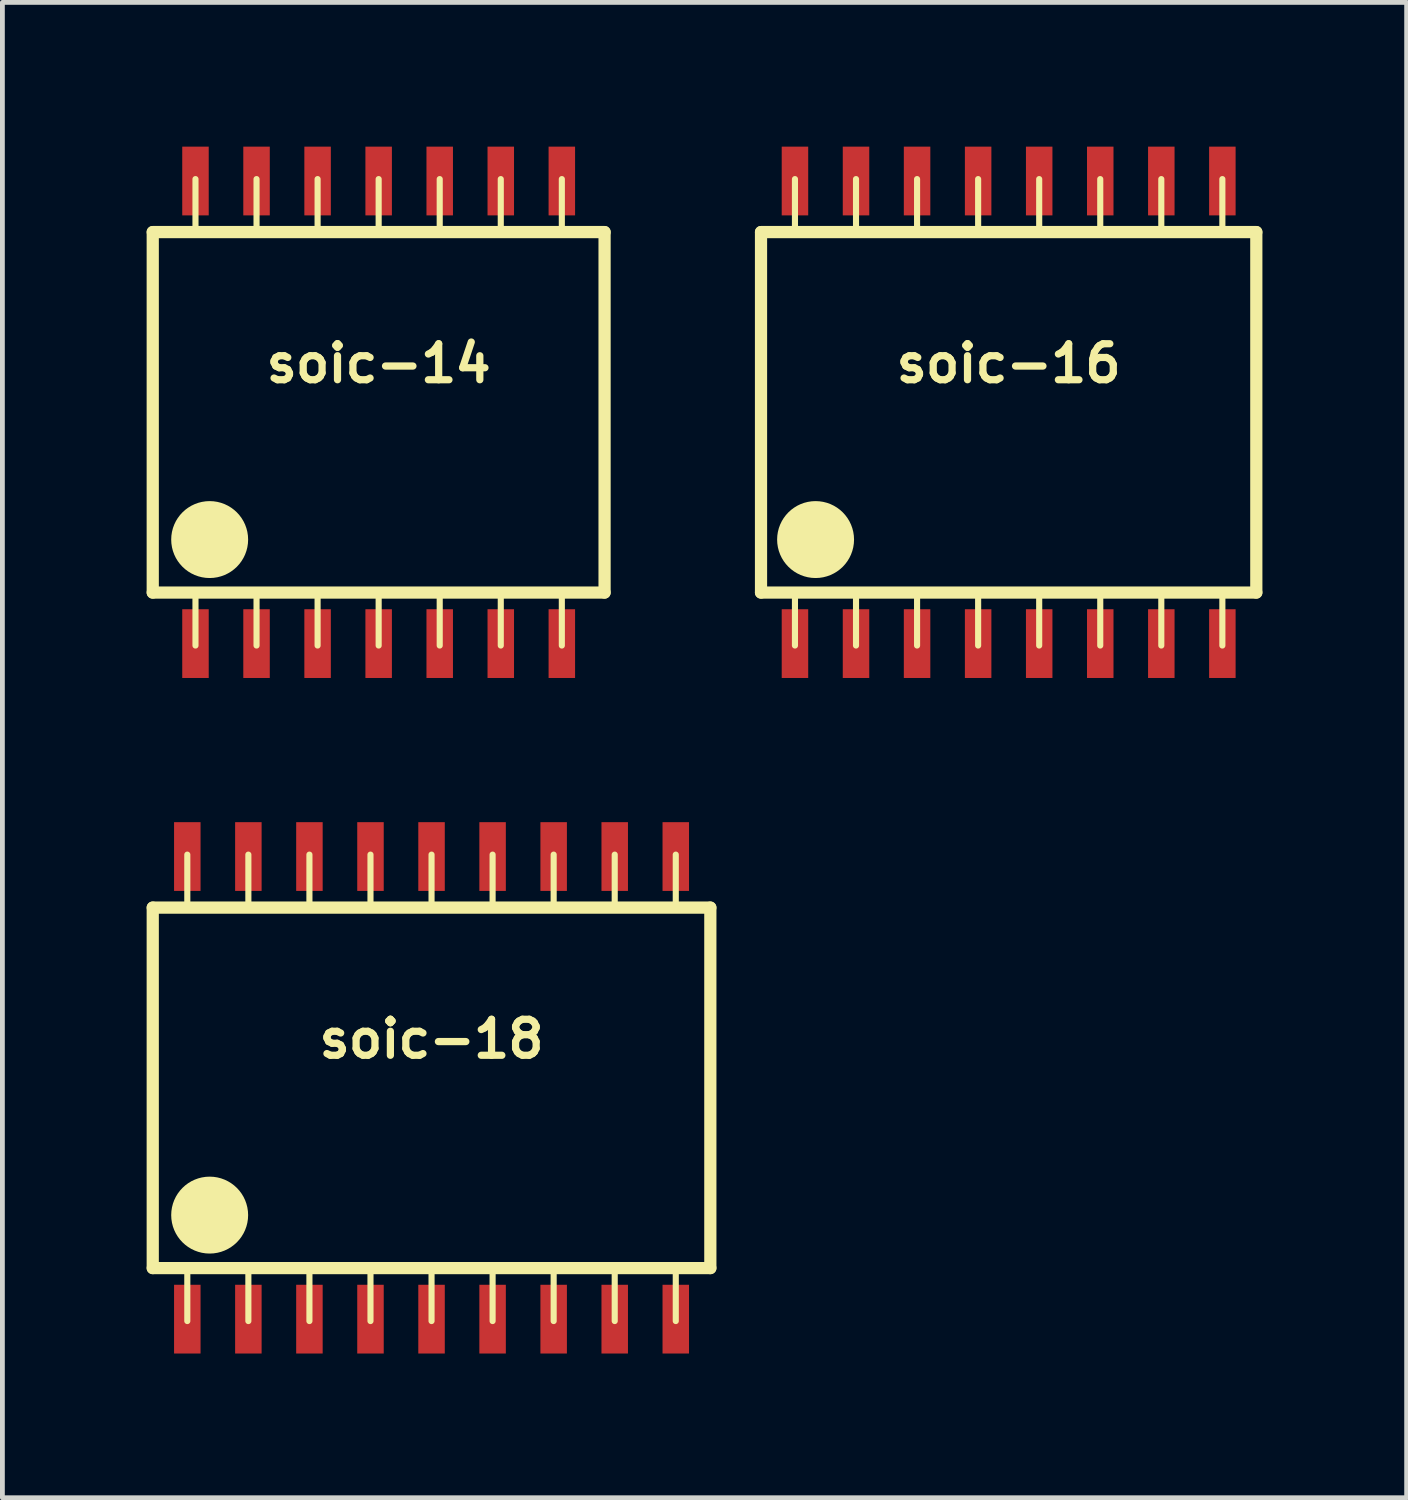
<source format=kicad_pcb>
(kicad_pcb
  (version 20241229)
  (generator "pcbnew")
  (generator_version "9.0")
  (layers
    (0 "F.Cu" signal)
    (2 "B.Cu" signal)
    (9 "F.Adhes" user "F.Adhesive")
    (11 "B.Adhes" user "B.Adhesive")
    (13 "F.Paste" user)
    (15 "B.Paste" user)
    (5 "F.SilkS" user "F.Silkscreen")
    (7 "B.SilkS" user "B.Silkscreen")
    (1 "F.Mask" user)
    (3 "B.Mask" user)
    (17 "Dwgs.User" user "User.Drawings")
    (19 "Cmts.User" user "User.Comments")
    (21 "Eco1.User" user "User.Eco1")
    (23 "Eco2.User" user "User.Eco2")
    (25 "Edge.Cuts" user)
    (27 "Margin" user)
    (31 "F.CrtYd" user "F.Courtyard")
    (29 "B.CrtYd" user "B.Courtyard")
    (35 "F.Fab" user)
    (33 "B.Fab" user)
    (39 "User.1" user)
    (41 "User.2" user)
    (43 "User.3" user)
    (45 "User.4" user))
  (footprint "soic-18"
    (layer "F.Cu")
    (at 5.926 19.577)
    (property "Reference" "soic-18" (at 0 -1.016 0) (layer "F.SilkS") (effects (font (size 0.749 0.749) (thickness 0.15))))
    (attr smd)
    (fp_line (start -5.799 -3.749) (end -5.799 3.749) (stroke (width 0.254) (type solid)) (layer "F.SilkS"))
    (fp_line (start -5.799 3.749) (end 5.799 3.749) (stroke (width 0.254) (type solid)) (layer "F.SilkS"))
    (fp_line (start -5.08 -3.759) (end -5.08 -4.851) (stroke (width 0.127) (type solid)) (layer "F.SilkS"))
    (fp_line (start -5.08 4.851) (end -5.08 3.759) (stroke (width 0.127) (type solid)) (layer "F.SilkS"))
    (fp_line (start -3.81 -3.759) (end -3.81 -4.851) (stroke (width 0.127) (type solid)) (layer "F.SilkS"))
    (fp_line (start -3.81 3.759) (end -3.81 4.851) (stroke (width 0.127) (type solid)) (layer "F.SilkS"))
    (fp_line (start -2.54 -3.759) (end -2.54 -4.851) (stroke (width 0.127) (type solid)) (layer "F.SilkS"))
    (fp_line (start -2.54 4.851) (end -2.54 3.759) (stroke (width 0.127) (type solid)) (layer "F.SilkS"))
    (fp_line (start -1.27 -4.851) (end -1.27 -3.759) (stroke (width 0.127) (type solid)) (layer "F.SilkS"))
    (fp_line (start -1.27 4.851) (end -1.27 3.759) (stroke (width 0.127) (type solid)) (layer "F.SilkS"))
    (fp_line (start 0 -4.851) (end 0 -3.759) (stroke (width 0.127) (type solid)) (layer "F.SilkS"))
    (fp_line (start 0 4.851) (end 0 3.759) (stroke (width 0.127) (type solid)) (layer "F.SilkS"))
    (fp_line (start 1.27 -4.851) (end 1.27 -3.759) (stroke (width 0.127) (type solid)) (layer "F.SilkS"))
    (fp_line (start 1.27 4.851) (end 1.27 3.759) (stroke (width 0.127) (type solid)) (layer "F.SilkS"))
    (fp_line (start 2.54 -3.759) (end 2.54 -4.851) (stroke (width 0.127) (type solid)) (layer "F.SilkS"))
    (fp_line (start 2.54 3.759) (end 2.54 4.851) (stroke (width 0.127) (type solid)) (layer "F.SilkS"))
    (fp_line (start 3.81 -3.759) (end 3.81 -4.851) (stroke (width 0.127) (type solid)) (layer "F.SilkS"))
    (fp_line (start 3.81 3.759) (end 3.81 4.851) (stroke (width 0.127) (type solid)) (layer "F.SilkS"))
    (fp_line (start 5.08 -3.759) (end 5.08 -4.851) (stroke (width 0.127) (type solid)) (layer "F.SilkS"))
    (fp_line (start 5.08 3.759) (end 5.08 4.851) (stroke (width 0.127) (type solid)) (layer "F.SilkS"))
    (fp_line (start 5.799 -3.749) (end -5.799 -3.749) (stroke (width 0.254) (type solid)) (layer "F.SilkS"))
    (fp_line (start 5.799 3.749) (end 5.799 -3.749) (stroke (width 0.254) (type solid)) (layer "F.SilkS"))
    (fp_circle (center -4.615 2.647) (end -4.215 2.647) (stroke (width 0.8) (type solid)) (fill no) (layer "F.SilkS"))
    (pad "1" smd rect (at -5.08 4.811) (size 0.551 1.43) (layers "F.Cu" "F.Mask" "F.Paste"))
    (pad "2" smd rect (at -3.81 4.811) (size 0.551 1.43) (layers "F.Cu" "F.Mask" "F.Paste"))
    (pad "3" smd rect (at -2.54 4.811) (size 0.551 1.43) (layers "F.Cu" "F.Mask" "F.Paste"))
    (pad "4" smd rect (at -1.27 4.811) (size 0.551 1.43) (layers "F.Cu" "F.Mask" "F.Paste"))
    (pad "5" smd rect (at 0 4.811) (size 0.551 1.43) (layers "F.Cu" "F.Mask" "F.Paste"))
    (pad "6" smd rect (at 1.27 4.811) (size 0.551 1.43) (layers "F.Cu" "F.Mask" "F.Paste"))
    (pad "7" smd rect (at 2.54 4.811) (size 0.551 1.43) (layers "F.Cu" "F.Mask" "F.Paste"))
    (pad "8" smd rect (at 3.81 4.811) (size 0.551 1.43) (layers "F.Cu" "F.Mask" "F.Paste"))
    (pad "9" smd rect (at 5.08 4.811) (size 0.551 1.43) (layers "F.Cu" "F.Mask" "F.Paste"))
    (pad "10" smd rect (at 5.08 -4.811) (size 0.551 1.43) (layers "F.Cu" "F.Mask" "F.Paste"))
    (pad "11" smd rect (at 3.81 -4.811) (size 0.551 1.43) (layers "F.Cu" "F.Mask" "F.Paste"))
    (pad "12" smd rect (at 2.54 -4.811) (size 0.551 1.43) (layers "F.Cu" "F.Mask" "F.Paste"))
    (pad "13" smd rect (at 1.27 -4.811) (size 0.551 1.43) (layers "F.Cu" "F.Mask" "F.Paste"))
    (pad "14" smd rect (at 0 -4.811) (size 0.551 1.43) (layers "F.Cu" "F.Mask" "F.Paste"))
    (pad "15" smd rect (at -1.27 -4.811) (size 0.551 1.43) (layers "F.Cu" "F.Mask" "F.Paste"))
    (pad "16" smd rect (at -2.54 -4.811) (size 0.551 1.43) (layers "F.Cu" "F.Mask" "F.Paste"))
    (pad "17" smd rect (at -3.81 -4.811) (size 0.551 1.43) (layers "F.Cu" "F.Mask" "F.Paste"))
    (pad "18" smd rect (at -5.08 -4.811) (size 0.551 1.43) (layers "F.Cu" "F.Mask" "F.Paste")))
  (footprint "soic-14"
    (layer "F.Cu")
    (at 4.826 5.526)
    (property "Reference" "soic-14" (at 0 -1.016 0) (layer "F.SilkS") (effects (font (size 0.749 0.749) (thickness 0.15))))
    (attr smd)
    (fp_line (start -4.699 -3.749) (end -4.699 3.749) (stroke (width 0.254) (type solid)) (layer "F.SilkS"))
    (fp_line (start -4.699 -3.749) (end 4.699 -3.749) (stroke (width 0.254) (type solid)) (layer "F.SilkS"))
    (fp_line (start -3.81 -3.759) (end -3.81 -4.851) (stroke (width 0.127) (type solid)) (layer "F.SilkS"))
    (fp_line (start -3.81 3.759) (end -3.81 4.851) (stroke (width 0.127) (type solid)) (layer "F.SilkS"))
    (fp_line (start -2.54 -3.759) (end -2.54 -4.851) (stroke (width 0.127) (type solid)) (layer "F.SilkS"))
    (fp_line (start -2.54 4.851) (end -2.54 3.759) (stroke (width 0.127) (type solid)) (layer "F.SilkS"))
    (fp_line (start -1.27 -4.851) (end -1.27 -3.759) (stroke (width 0.127) (type solid)) (layer "F.SilkS"))
    (fp_line (start -1.27 4.851) (end -1.27 3.759) (stroke (width 0.127) (type solid)) (layer "F.SilkS"))
    (fp_line (start 0 -4.851) (end 0 -3.759) (stroke (width 0.127) (type solid)) (layer "F.SilkS"))
    (fp_line (start 0 4.851) (end 0 3.759) (stroke (width 0.127) (type solid)) (layer "F.SilkS"))
    (fp_line (start 1.27 -4.851) (end 1.27 -3.759) (stroke (width 0.127) (type solid)) (layer "F.SilkS"))
    (fp_line (start 1.27 4.851) (end 1.27 3.759) (stroke (width 0.127) (type solid)) (layer "F.SilkS"))
    (fp_line (start 2.54 -3.759) (end 2.54 -4.851) (stroke (width 0.127) (type solid)) (layer "F.SilkS"))
    (fp_line (start 2.54 3.759) (end 2.54 4.851) (stroke (width 0.127) (type solid)) (layer "F.SilkS"))
    (fp_line (start 3.81 -3.759) (end 3.81 -4.851) (stroke (width 0.127) (type solid)) (layer "F.SilkS"))
    (fp_line (start 3.81 3.759) (end 3.81 4.851) (stroke (width 0.127) (type solid)) (layer "F.SilkS"))
    (fp_line (start 4.699 3.749) (end -4.699 3.749) (stroke (width 0.254) (type solid)) (layer "F.SilkS"))
    (fp_line (start 4.699 3.749) (end 4.699 -3.749) (stroke (width 0.254) (type solid)) (layer "F.SilkS"))
    (fp_circle (center -3.515 2.647) (end -3.115 2.647) (stroke (width 0.8) (type solid)) (fill no) (layer "F.SilkS"))
    (pad "1" smd rect (at -3.81 4.811) (size 0.551 1.43) (layers "F.Cu" "F.Mask" "F.Paste"))
    (pad "2" smd rect (at -2.54 4.811) (size 0.551 1.43) (layers "F.Cu" "F.Mask" "F.Paste"))
    (pad "3" smd rect (at -1.27 4.811) (size 0.551 1.43) (layers "F.Cu" "F.Mask" "F.Paste"))
    (pad "4" smd rect (at 0 4.811) (size 0.551 1.43) (layers "F.Cu" "F.Mask" "F.Paste"))
    (pad "5" smd rect (at 1.27 4.811) (size 0.551 1.43) (layers "F.Cu" "F.Mask" "F.Paste"))
    (pad "6" smd rect (at 2.54 4.811) (size 0.551 1.43) (layers "F.Cu" "F.Mask" "F.Paste"))
    (pad "7" smd rect (at 3.81 4.811) (size 0.551 1.43) (layers "F.Cu" "F.Mask" "F.Paste"))
    (pad "8" smd rect (at 3.81 -4.811) (size 0.551 1.43) (layers "F.Cu" "F.Mask" "F.Paste"))
    (pad "9" smd rect (at 2.54 -4.811) (size 0.551 1.43) (layers "F.Cu" "F.Mask" "F.Paste"))
    (pad "10" smd rect (at 1.27 -4.811) (size 0.551 1.43) (layers "F.Cu" "F.Mask" "F.Paste"))
    (pad "11" smd rect (at 0 -4.811) (size 0.551 1.43) (layers "F.Cu" "F.Mask" "F.Paste"))
    (pad "12" smd rect (at -1.27 -4.811) (size 0.551 1.43) (layers "F.Cu" "F.Mask" "F.Paste"))
    (pad "13" smd rect (at -2.54 -4.811) (size 0.551 1.43) (layers "F.Cu" "F.Mask" "F.Paste"))
    (pad "14" smd rect (at -3.81 -4.811) (size 0.551 1.43) (layers "F.Cu" "F.Mask" "F.Paste")))
  (footprint "soic-16"
    (layer "F.Cu")
    (at 17.93 5.526)
    (property "Reference" "soic-16" (at 0 -1.016 0) (layer "F.SilkS") (effects (font (size 0.749 0.749) (thickness 0.15))))
    (attr smd)
    (fp_line (start -5.151 -3.749) (end -5.151 3.749) (stroke (width 0.254) (type solid)) (layer "F.SilkS"))
    (fp_line (start -5.151 3.749) (end 5.151 3.749) (stroke (width 0.254) (type solid)) (layer "F.SilkS"))
    (fp_line (start -4.445 -3.759) (end -4.445 -4.851) (stroke (width 0.127) (type solid)) (layer "F.SilkS"))
    (fp_line (start -4.445 3.759) (end -4.445 4.851) (stroke (width 0.127) (type solid)) (layer "F.SilkS"))
    (fp_line (start -3.175 -3.759) (end -3.175 -4.851) (stroke (width 0.127) (type solid)) (layer "F.SilkS"))
    (fp_line (start -3.175 4.851) (end -3.175 3.759) (stroke (width 0.127) (type solid)) (layer "F.SilkS"))
    (fp_line (start -1.905 -4.851) (end -1.905 -3.759) (stroke (width 0.127) (type solid)) (layer "F.SilkS"))
    (fp_line (start -1.905 4.851) (end -1.905 3.759) (stroke (width 0.127) (type solid)) (layer "F.SilkS"))
    (fp_line (start -0.635 -4.851) (end -0.635 -3.759) (stroke (width 0.127) (type solid)) (layer "F.SilkS"))
    (fp_line (start -0.635 4.851) (end -0.635 3.759) (stroke (width 0.127) (type solid)) (layer "F.SilkS"))
    (fp_line (start 0.635 -4.851) (end 0.635 -3.759) (stroke (width 0.127) (type solid)) (layer "F.SilkS"))
    (fp_line (start 0.635 4.851) (end 0.635 3.759) (stroke (width 0.127) (type solid)) (layer "F.SilkS"))
    (fp_line (start 1.905 -3.759) (end 1.905 -4.851) (stroke (width 0.127) (type solid)) (layer "F.SilkS"))
    (fp_line (start 1.905 3.759) (end 1.905 4.851) (stroke (width 0.127) (type solid)) (layer "F.SilkS"))
    (fp_line (start 3.175 -3.759) (end 3.175 -4.851) (stroke (width 0.127) (type solid)) (layer "F.SilkS"))
    (fp_line (start 3.175 3.759) (end 3.175 4.851) (stroke (width 0.127) (type solid)) (layer "F.SilkS"))
    (fp_line (start 4.445 -3.759) (end 4.445 -4.851) (stroke (width 0.127) (type solid)) (layer "F.SilkS"))
    (fp_line (start 4.445 3.759) (end 4.445 4.851) (stroke (width 0.127) (type solid)) (layer "F.SilkS"))
    (fp_line (start 5.151 -3.749) (end -5.151 -3.749) (stroke (width 0.254) (type solid)) (layer "F.SilkS"))
    (fp_line (start 5.151 3.749) (end 5.151 -3.749) (stroke (width 0.254) (type solid)) (layer "F.SilkS"))
    (fp_circle (center -4.016 2.647) (end -3.616 2.647) (stroke (width 0.8) (type solid)) (fill no) (layer "F.SilkS"))
    (pad "1" smd rect (at -4.445 4.811) (size 0.551 1.43) (layers "F.Cu" "F.Mask" "F.Paste"))
    (pad "2" smd rect (at -3.175 4.811) (size 0.551 1.43) (layers "F.Cu" "F.Mask" "F.Paste"))
    (pad "3" smd rect (at -1.905 4.811) (size 0.551 1.43) (layers "F.Cu" "F.Mask" "F.Paste"))
    (pad "4" smd rect (at -0.635 4.811) (size 0.551 1.43) (layers "F.Cu" "F.Mask" "F.Paste"))
    (pad "5" smd rect (at 0.635 4.811) (size 0.551 1.43) (layers "F.Cu" "F.Mask" "F.Paste"))
    (pad "6" smd rect (at 1.905 4.811) (size 0.551 1.43) (layers "F.Cu" "F.Mask" "F.Paste"))
    (pad "7" smd rect (at 3.175 4.811) (size 0.551 1.43) (layers "F.Cu" "F.Mask" "F.Paste"))
    (pad "8" smd rect (at 4.445 4.811) (size 0.551 1.43) (layers "F.Cu" "F.Mask" "F.Paste"))
    (pad "9" smd rect (at 4.445 -4.811) (size 0.551 1.43) (layers "F.Cu" "F.Mask" "F.Paste"))
    (pad "10" smd rect (at 3.175 -4.811) (size 0.551 1.43) (layers "F.Cu" "F.Mask" "F.Paste"))
    (pad "11" smd rect (at 1.905 -4.811) (size 0.551 1.43) (layers "F.Cu" "F.Mask" "F.Paste"))
    (pad "12" smd rect (at 0.635 -4.811) (size 0.551 1.43) (layers "F.Cu" "F.Mask" "F.Paste"))
    (pad "13" smd rect (at -0.635 -4.811) (size 0.551 1.43) (layers "F.Cu" "F.Mask" "F.Paste"))
    (pad "14" smd rect (at -1.905 -4.811) (size 0.551 1.43) (layers "F.Cu" "F.Mask" "F.Paste"))
    (pad "15" smd rect (at -3.175 -4.811) (size 0.551 1.43) (layers "F.Cu" "F.Mask" "F.Paste"))
    (pad "16" smd rect (at -4.445 -4.811) (size 0.551 1.43) (layers "F.Cu" "F.Mask" "F.Paste")))
  (gr_rect
    (start -3 -3)
    (end 26.208 28.103)
    (stroke (width 0.1) (type default))
    (fill no)
    (layer "Edge.Cuts")))
</source>
